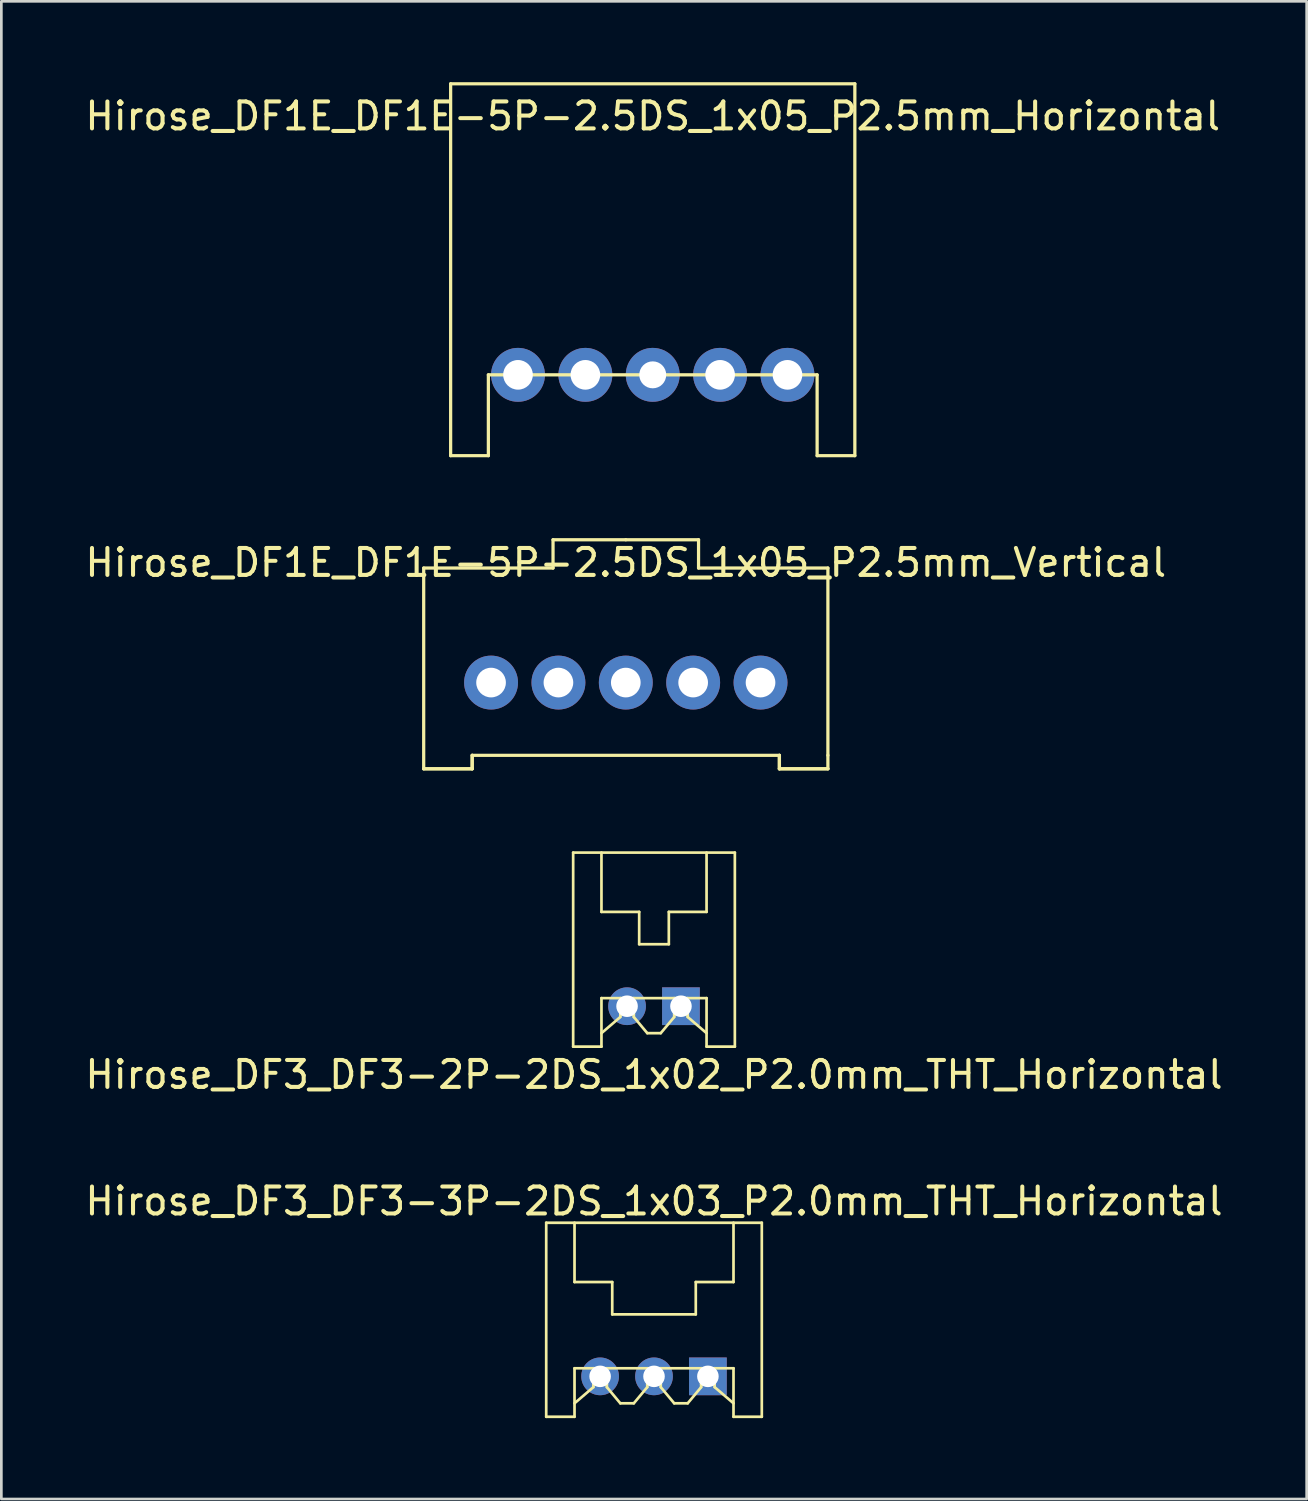
<source format=kicad_pcb>
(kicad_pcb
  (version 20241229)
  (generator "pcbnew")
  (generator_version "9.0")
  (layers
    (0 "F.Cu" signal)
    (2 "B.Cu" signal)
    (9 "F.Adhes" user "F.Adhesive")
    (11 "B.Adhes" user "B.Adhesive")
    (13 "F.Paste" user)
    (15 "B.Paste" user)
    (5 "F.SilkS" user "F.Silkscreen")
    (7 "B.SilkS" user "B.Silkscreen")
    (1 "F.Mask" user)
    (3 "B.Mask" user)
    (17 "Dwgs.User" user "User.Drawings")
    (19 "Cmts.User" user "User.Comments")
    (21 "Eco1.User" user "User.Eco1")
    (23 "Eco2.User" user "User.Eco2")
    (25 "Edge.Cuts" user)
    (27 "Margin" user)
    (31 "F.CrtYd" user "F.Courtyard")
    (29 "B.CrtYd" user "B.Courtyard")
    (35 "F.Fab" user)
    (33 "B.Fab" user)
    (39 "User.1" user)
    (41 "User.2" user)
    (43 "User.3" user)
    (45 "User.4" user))
  (footprint "Hirose_DF1E_DF1E-5P-2.5DS_1x05_P2.5mm_Vertical"
    (layer "F.Cu")
    (at 15.173 22.28)
    (property "Reference" "Hirose_DF1E_DF1E-5P-2.5DS_1x05_P2.5mm_Vertical" (at 5 -4.45 0) (layer "F.SilkS") (effects (font (size 1 1) (thickness 0.15))))
    (attr through_hole)
    (fp_line (start -2.5 -4.25) (end -2.5 3.2) (stroke (width 0.12) (type solid)) (layer "F.SilkS"))
    (fp_line (start -2.5 3.2) (end -0.7 3.2) (stroke (width 0.12) (type solid)) (layer "F.SilkS"))
    (fp_line (start -2.5 3.2) (end -0.7 3.2) (stroke (width 0.12) (type solid)) (layer "F.SilkS"))
    (fp_line (start -0.7 3.2) (end -0.7 2.7) (stroke (width 0.12) (type solid)) (layer "F.SilkS"))
    (fp_line (start -0.7 3.2) (end -0.7 2.7) (stroke (width 0.12) (type solid)) (layer "F.SilkS"))
    (fp_line (start 2.3 -5.3) (end 2.3 -4.25) (stroke (width 0.12) (type solid)) (layer "F.SilkS"))
    (fp_line (start 2.3 -4.25) (end -2.5 -4.25) (stroke (width 0.12) (type solid)) (layer "F.SilkS"))
    (fp_line (start 5 -5.3) (end 2.3 -5.3) (stroke (width 0.12) (type solid)) (layer "F.SilkS"))
    (fp_line (start 5 -5.3) (end 7.7 -5.3) (stroke (width 0.12) (type solid)) (layer "F.SilkS"))
    (fp_line (start 7.7 -5.3) (end 7.7 -4.25) (stroke (width 0.12) (type solid)) (layer "F.SilkS"))
    (fp_line (start 7.7 -4.25) (end 12.5 -4.25) (stroke (width 0.12) (type solid)) (layer "F.SilkS"))
    (fp_line (start 10.7 2.7) (end -0.7 2.7) (stroke (width 0.12) (type solid)) (layer "F.SilkS"))
    (fp_line (start 10.7 2.7) (end 10.7 3.2) (stroke (width 0.12) (type solid)) (layer "F.SilkS"))
    (fp_line (start 10.7 3.2) (end 10.7 2.7) (stroke (width 0.12) (type solid)) (layer "F.SilkS"))
    (fp_line (start 10.7 3.2) (end 12.5 3.2) (stroke (width 0.12) (type solid)) (layer "F.SilkS"))
    (fp_line (start 12.5 -4.25) (end 12.5 2.7) (stroke (width 0.12) (type solid)) (layer "F.SilkS"))
    (fp_line (start 12.5 3.2) (end 10.7 3.2) (stroke (width 0.12) (type solid)) (layer "F.SilkS"))
    (fp_line (start 12.5 3.2) (end 12.5 2.7) (stroke (width 0.12) (type solid)) (layer "F.SilkS"))
    (pad "1" thru_hole circle (at 0 0) (size 2 2) (drill 1.1) (layers "*.Cu" "*.Mask"))
    (pad "2" thru_hole circle (at 2.5 0) (size 2 2) (drill 1.1) (layers "*.Cu" "*.Mask"))
    (pad "3" thru_hole circle (at 5 0) (size 2 2) (drill 1.1) (layers "*.Cu" "*.Mask"))
    (pad "4" thru_hole circle (at 7.5 0) (size 2 2) (drill 1.1) (layers "*.Cu" "*.Mask"))
    (pad "5" thru_hole circle (at 10 0) (size 2 2) (drill 1.1) (layers "*.Cu" "*.Mask")))
  (footprint "Hirose_DF3_DF3-2P-2DS_1x02_P2.0mm_THT_Horizontal"
    (layer "F.Cu")
    (at 21.22 34.29)
    (property "Reference" "Hirose_DF3_DF3-2P-2DS_1x02_P2.0mm_THT_Horizontal" (at 0 2.54 0) (layer "F.SilkS") (effects (font (size 1 1) (thickness 0.15))))
    (attr through_hole)
    (fp_line (start -3 -5.7) (end 3 -5.7) (stroke (width 0.1) (type solid)) (layer "F.SilkS"))
    (fp_line (start -3 1.5) (end -3 -5.7) (stroke (width 0.1) (type solid)) (layer "F.SilkS"))
    (fp_line (start -3 1.5) (end -1.95 1.5) (stroke (width 0.1) (type solid)) (layer "F.SilkS"))
    (fp_line (start -1.95 -5.7) (end -1.95 -3.5) (stroke (width 0.1) (type solid)) (layer "F.SilkS"))
    (fp_line (start -1.95 -3.5) (end -0.55 -3.5) (stroke (width 0.1) (type solid)) (layer "F.SilkS"))
    (fp_line (start -1.95 -0.3) (end 1.95 -0.3) (stroke (width 0.1) (type solid)) (layer "F.SilkS"))
    (fp_line (start -1.95 1) (end -1.25 0.4) (stroke (width 0.1) (type solid)) (layer "F.SilkS"))
    (fp_line (start -1.95 1.5) (end -1.95 -0.3) (stroke (width 0.1) (type solid)) (layer "F.SilkS"))
    (fp_line (start -1.25 0.3) (end -0.75 0.3) (stroke (width 0.1) (type solid)) (layer "F.SilkS"))
    (fp_line (start -1.25 0.4) (end -1.25 -0.3) (stroke (width 0.1) (type solid)) (layer "F.SilkS"))
    (fp_line (start -0.75 -0.3) (end -0.75 0.4) (stroke (width 0.1) (type solid)) (layer "F.SilkS"))
    (fp_line (start -0.75 0.4) (end -0.25 1) (stroke (width 0.1) (type solid)) (layer "F.SilkS"))
    (fp_line (start -0.55 -3.5) (end -0.55 -2.3) (stroke (width 0.1) (type solid)) (layer "F.SilkS"))
    (fp_line (start -0.55 -2.3) (end 0.55 -2.3) (stroke (width 0.1) (type solid)) (layer "F.SilkS"))
    (fp_line (start -0.25 1) (end 0.25 1) (stroke (width 0.1) (type solid)) (layer "F.SilkS"))
    (fp_line (start 0.25 1) (end 0.75 0.4) (stroke (width 0.1) (type solid)) (layer "F.SilkS"))
    (fp_line (start 0.55 -3.5) (end 1.95 -3.5) (stroke (width 0.1) (type solid)) (layer "F.SilkS"))
    (fp_line (start 0.55 -2.3) (end 0.55 -3.5) (stroke (width 0.1) (type solid)) (layer "F.SilkS"))
    (fp_line (start 0.75 0.3) (end 1.25 0.3) (stroke (width 0.1) (type solid)) (layer "F.SilkS"))
    (fp_line (start 0.75 0.4) (end 0.75 -0.3) (stroke (width 0.1) (type solid)) (layer "F.SilkS"))
    (fp_line (start 1.25 0.4) (end 1.25 -0.3) (stroke (width 0.1) (type solid)) (layer "F.SilkS"))
    (fp_line (start 1.95 -3.5) (end 1.95 -5.7) (stroke (width 0.1) (type solid)) (layer "F.SilkS"))
    (fp_line (start 1.95 -0.3) (end 1.95 1.5) (stroke (width 0.1) (type solid)) (layer "F.SilkS"))
    (fp_line (start 1.95 1) (end 1.25 0.4) (stroke (width 0.1) (type solid)) (layer "F.SilkS"))
    (fp_line (start 1.95 1.5) (end 3 1.5) (stroke (width 0.1) (type solid)) (layer "F.SilkS"))
    (fp_line (start 3 1.5) (end 3 -5.7) (stroke (width 0.1) (type solid)) (layer "F.SilkS"))
    (pad "1" thru_hole rect (at 1 0) (size 1.4 1.4) (drill 0.8) (layers "*.Cu" "*.Mask"))
    (pad "2" thru_hole circle (at -1 0) (size 1.4 1.4) (drill 0.8) (layers "*.Cu" "*.Mask")))
  (footprint "Hirose_DF1E_DF1E-5P-2.5DS_1x05_P2.5mm_Horizontal"
    (layer "F.Cu")
    (at 16.173 10.86)
    (property "Reference" "Hirose_DF1E_DF1E-5P-2.5DS_1x05_P2.5mm_Horizontal" (at 5 -9.6 0) (layer "F.SilkS") (effects (font (size 1 1) (thickness 0.15))))
    (attr through_hole)
    (fp_line (start -2.5 -10.8) (end 12.5 -10.8) (stroke (width 0.12) (type solid)) (layer "F.SilkS"))
    (fp_line (start -2.5 3) (end -2.5 -10.8) (stroke (width 0.12) (type solid)) (layer "F.SilkS"))
    (fp_line (start -1.1 0) (end -1.1 3) (stroke (width 0.12) (type solid)) (layer "F.SilkS"))
    (fp_line (start -1.1 3) (end -2.5 3) (stroke (width 0.12) (type solid)) (layer "F.SilkS"))
    (fp_line (start 11.1 0) (end -1.1 0) (stroke (width 0.12) (type solid)) (layer "F.SilkS"))
    (fp_line (start 11.1 3) (end 11.1 0) (stroke (width 0.12) (type solid)) (layer "F.SilkS"))
    (fp_line (start 12.5 -10.8) (end 12.5 3) (stroke (width 0.12) (type solid)) (layer "F.SilkS"))
    (fp_line (start 12.5 3) (end 11.1 3) (stroke (width 0.12) (type solid)) (layer "F.SilkS"))
    (pad "1" thru_hole circle (at 0 0) (size 2 2) (drill 1.1) (layers "*.Cu" "*.Mask"))
    (pad "2" thru_hole circle (at 2.5 0) (size 2 2) (drill 1.1) (layers "*.Cu" "*.Mask"))
    (pad "3" thru_hole circle (at 5 0) (size 2 2) (drill 1) (layers "*.Cu" "*.Mask"))
    (pad "4" thru_hole circle (at 7.5 0) (size 2 2) (drill 1.1) (layers "*.Cu" "*.Mask"))
    (pad "5" thru_hole circle (at 10 0) (size 2 2) (drill 1.1) (layers "*.Cu" "*.Mask")))
  (footprint "Hirose_DF3_DF3-3P-2DS_1x03_P2.0mm_THT_Horizontal"
    (layer "F.Cu")
    (at 21.22 48.026)
    (property "Reference" "Hirose_DF3_DF3-3P-2DS_1x03_P2.0mm_THT_Horizontal" (at 0 -6.5 0) (layer "F.SilkS") (effects (font (size 1 1) (thickness 0.15))))
    (attr through_hole)
    (fp_line (start -4 -5.7) (end 4 -5.7) (stroke (width 0.1) (type solid)) (layer "F.SilkS"))
    (fp_line (start -4 1.5) (end -4 -5.7) (stroke (width 0.1) (type solid)) (layer "F.SilkS"))
    (fp_line (start -4 1.5) (end -2.95 1.5) (stroke (width 0.1) (type solid)) (layer "F.SilkS"))
    (fp_line (start -2.95 -5.7) (end -2.95 -3.5) (stroke (width 0.1) (type solid)) (layer "F.SilkS"))
    (fp_line (start -2.95 -0.3) (end 2.95 -0.3) (stroke (width 0.1) (type solid)) (layer "F.SilkS"))
    (fp_line (start -2.95 1) (end -2.25 0.4) (stroke (width 0.1) (type solid)) (layer "F.SilkS"))
    (fp_line (start -2.95 1.5) (end -2.95 -0.3) (stroke (width 0.1) (type solid)) (layer "F.SilkS"))
    (fp_line (start -2.25 0.3) (end -1.75 0.3) (stroke (width 0.1) (type solid)) (layer "F.SilkS"))
    (fp_line (start -2.25 0.4) (end -2.25 -0.3) (stroke (width 0.1) (type solid)) (layer "F.SilkS"))
    (fp_line (start -1.75 0.4) (end -1.75 -0.3) (stroke (width 0.1) (type solid)) (layer "F.SilkS"))
    (fp_line (start -1.55 -3.5) (end -2.95 -3.5) (stroke (width 0.1) (type solid)) (layer "F.SilkS"))
    (fp_line (start -1.55 -2.3) (end -1.55 -3.5) (stroke (width 0.1) (type solid)) (layer "F.SilkS"))
    (fp_line (start -1.25 1) (end -1.75 0.4) (stroke (width 0.1) (type solid)) (layer "F.SilkS"))
    (fp_line (start -0.75 1) (end -1.25 1) (stroke (width 0.1) (type solid)) (layer "F.SilkS"))
    (fp_line (start -0.25 0.3) (end 0.25 0.3) (stroke (width 0.1) (type solid)) (layer "F.SilkS"))
    (fp_line (start -0.25 0.4) (end -0.75 1) (stroke (width 0.1) (type solid)) (layer "F.SilkS"))
    (fp_line (start -0.25 0.4) (end -0.25 -0.3) (stroke (width 0.1) (type solid)) (layer "F.SilkS"))
    (fp_line (start 0.25 -0.3) (end 0.25 0.4) (stroke (width 0.1) (type solid)) (layer "F.SilkS"))
    (fp_line (start 0.25 0.4) (end 0.75 1) (stroke (width 0.1) (type solid)) (layer "F.SilkS"))
    (fp_line (start 0.75 1) (end 1.25 1) (stroke (width 0.1) (type solid)) (layer "F.SilkS"))
    (fp_line (start 1.25 1) (end 1.75 0.4) (stroke (width 0.1) (type solid)) (layer "F.SilkS"))
    (fp_line (start 1.55 -3.5) (end 2.95 -3.5) (stroke (width 0.1) (type solid)) (layer "F.SilkS"))
    (fp_line (start 1.55 -2.3) (end -1.55 -2.3) (stroke (width 0.1) (type solid)) (layer "F.SilkS"))
    (fp_line (start 1.55 -2.3) (end 1.55 -3.5) (stroke (width 0.1) (type solid)) (layer "F.SilkS"))
    (fp_line (start 1.75 0.3) (end 2.25 0.3) (stroke (width 0.1) (type solid)) (layer "F.SilkS"))
    (fp_line (start 1.75 0.4) (end 1.75 -0.3) (stroke (width 0.1) (type solid)) (layer "F.SilkS"))
    (fp_line (start 2.25 0.4) (end 2.25 -0.3) (stroke (width 0.1) (type solid)) (layer "F.SilkS"))
    (fp_line (start 2.95 -3.5) (end 2.95 -5.7) (stroke (width 0.1) (type solid)) (layer "F.SilkS"))
    (fp_line (start 2.95 -0.3) (end 2.95 1.5) (stroke (width 0.1) (type solid)) (layer "F.SilkS"))
    (fp_line (start 2.95 1) (end 2.25 0.4) (stroke (width 0.1) (type solid)) (layer "F.SilkS"))
    (fp_line (start 2.95 1.5) (end 4 1.5) (stroke (width 0.1) (type solid)) (layer "F.SilkS"))
    (fp_line (start 4 1.5) (end 4 -5.7) (stroke (width 0.1) (type solid)) (layer "F.SilkS"))
    (pad "1" thru_hole rect (at 2 0) (size 1.4 1.4) (drill 0.8) (layers "*.Cu" "*.Mask"))
    (pad "2" thru_hole circle (at 0 0) (size 1.4 1.4) (drill 0.8) (layers "*.Cu" "*.Mask"))
    (pad "3" thru_hole circle (at -2 0) (size 1.4 1.4) (drill 0.8) (layers "*.Cu" "*.Mask")))
  (gr_rect
    (start -3 -3)
    (end 45.44 52.577)
    (stroke (width 0.1) (type default))
    (fill no)
    (layer "Edge.Cuts")))
</source>
